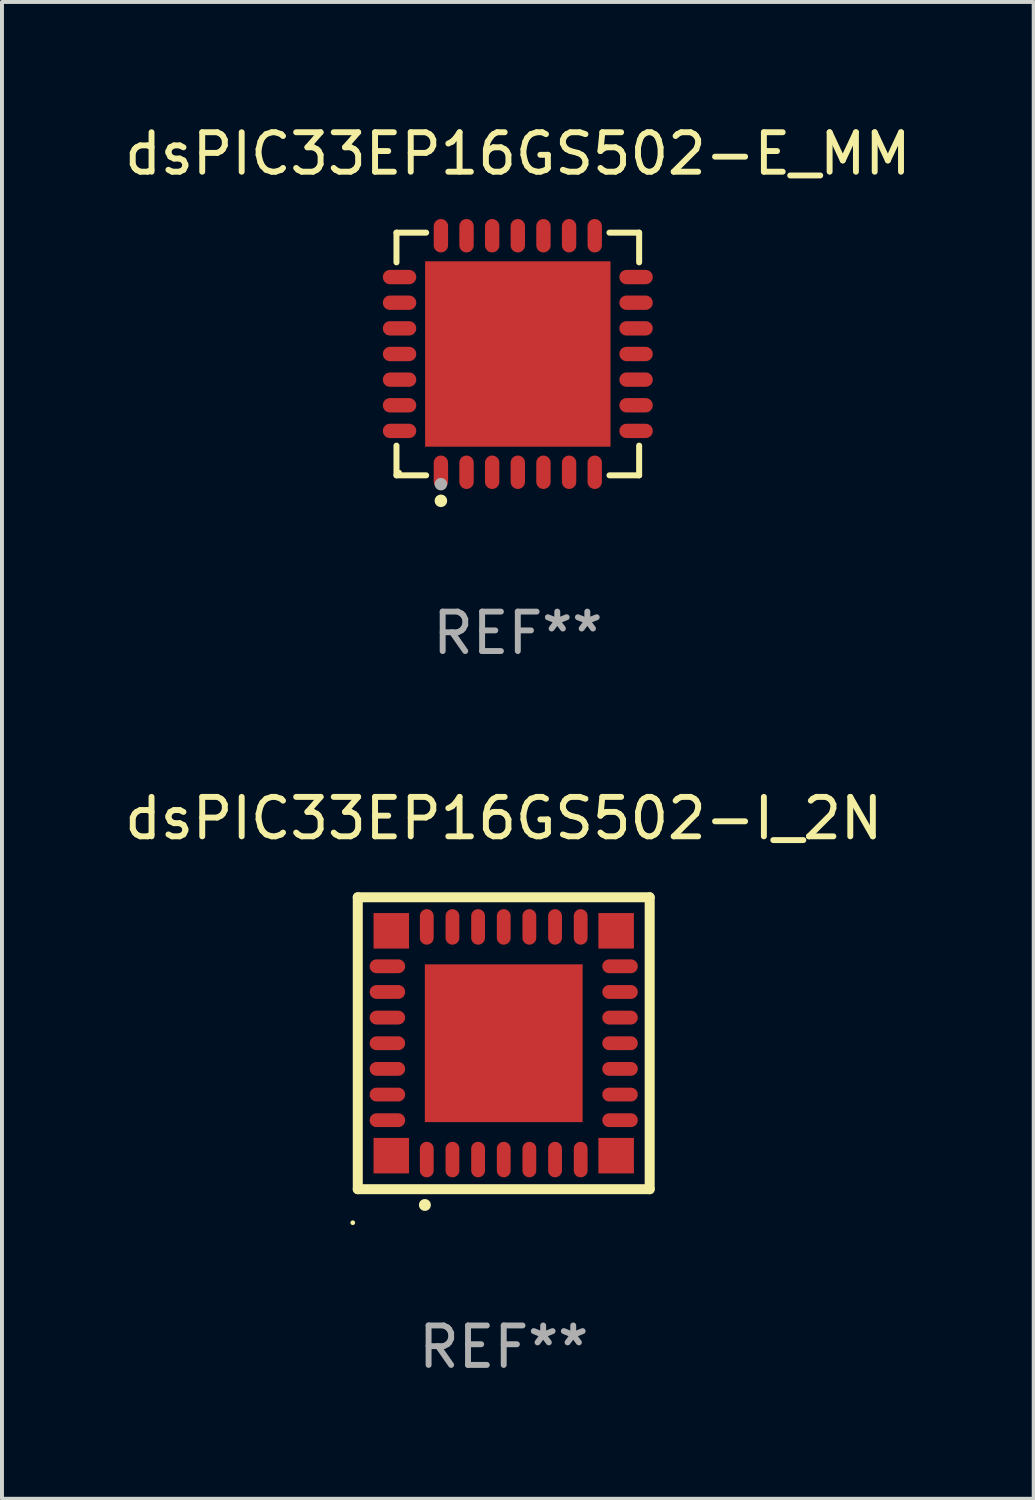
<source format=kicad_pcb>
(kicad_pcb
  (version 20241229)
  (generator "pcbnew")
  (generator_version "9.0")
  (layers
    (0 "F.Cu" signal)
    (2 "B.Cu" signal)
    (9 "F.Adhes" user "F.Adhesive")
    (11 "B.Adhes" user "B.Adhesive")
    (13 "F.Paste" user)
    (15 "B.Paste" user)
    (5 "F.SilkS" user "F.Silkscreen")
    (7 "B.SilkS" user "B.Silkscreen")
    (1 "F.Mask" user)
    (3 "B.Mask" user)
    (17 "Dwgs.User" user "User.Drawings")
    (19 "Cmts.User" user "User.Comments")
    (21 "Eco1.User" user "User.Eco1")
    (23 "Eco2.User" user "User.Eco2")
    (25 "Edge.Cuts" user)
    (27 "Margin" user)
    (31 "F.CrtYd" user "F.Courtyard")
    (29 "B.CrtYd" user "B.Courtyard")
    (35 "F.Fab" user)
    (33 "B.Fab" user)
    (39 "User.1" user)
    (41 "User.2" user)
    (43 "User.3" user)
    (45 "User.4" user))
  (footprint "dsPIC33EP16GS502-I_2N"
    (layer "F.Cu")
    (at 9.72 23.397)
    (property "Reference" "dsPIC33EP16GS502-I_2N" (at 0 -5.7 0) (layer "F.SilkS") (effects (font (size 1 1) (thickness 0.15))))
    (attr through_hole)
    (fp_line (start -3.7 -3.7) (end 3.7 -3.7) (stroke (width 0.254) (type solid)) (layer "F.SilkS"))
    (fp_line (start -3.7 3.7) (end -3.7 -3.7) (stroke (width 0.254) (type solid)) (layer "F.SilkS"))
    (fp_line (start 3.7 -3.7) (end 3.7 3.7) (stroke (width 0.254) (type solid)) (layer "F.SilkS"))
    (fp_line (start 3.7 3.7) (end -3.7 3.7) (stroke (width 0.254) (type solid)) (layer "F.SilkS"))
    (fp_arc (start -2 4.1) (mid -1.99873 4.099995) (end -1.99746 4.1) (stroke (width 0.3) (type solid)) (layer "F.SilkS"))
    (fp_circle (center -3.827 4.55) (end -3.797 4.55) (stroke (width 0.06) (type solid)) (fill no) (layer "F.SilkS"))
    (fp_text user "REF**" (at 0 7.7 0) (layer "F.Fab") (effects (font (size 1 1) (thickness 0.15))))
    (pad "1" smd oval (at -1.951 2.949 180) (size 0.35 0.9) (layers "F.Cu" "F.Mask" "F.Paste"))
    (pad "2" smd oval (at -1.3 2.949 180) (size 0.35 0.9) (layers "F.Cu" "F.Mask" "F.Paste"))
    (pad "3" smd oval (at -0.65 2.949 180) (size 0.35 0.9) (layers "F.Cu" "F.Mask" "F.Paste"))
    (pad "4" smd oval (at 0.000051 2.949 180) (size 0.35 0.9) (layers "F.Cu" "F.Mask" "F.Paste"))
    (pad "5" smd oval (at 0.65 2.949 180) (size 0.35 0.9) (layers "F.Cu" "F.Mask" "F.Paste"))
    (pad "6" smd oval (at 1.301 2.949 180) (size 0.35 0.9) (layers "F.Cu" "F.Mask" "F.Paste"))
    (pad "7" smd oval (at 1.951 2.949 180) (size 0.35 0.9) (layers "F.Cu" "F.Mask" "F.Paste"))
    (pad "8" smd oval (at 2.949 1.951 90) (size 0.35 0.9) (layers "F.Cu" "F.Mask" "F.Paste"))
    (pad "9" smd oval (at 2.949 1.301 90) (size 0.35 0.9) (layers "F.Cu" "F.Mask" "F.Paste"))
    (pad "10" smd oval (at 2.949 0.65 90) (size 0.35 0.9) (layers "F.Cu" "F.Mask" "F.Paste"))
    (pad "11" smd oval (at 2.949 0.000051 90) (size 0.35 0.9) (layers "F.Cu" "F.Mask" "F.Paste"))
    (pad "12" smd oval (at 2.949 -0.65 90) (size 0.35 0.9) (layers "F.Cu" "F.Mask" "F.Paste"))
    (pad "13" smd oval (at 2.949 -1.3 90) (size 0.35 0.9) (layers "F.Cu" "F.Mask" "F.Paste"))
    (pad "14" smd oval (at 2.949 -1.951 90) (size 0.35 0.9) (layers "F.Cu" "F.Mask" "F.Paste"))
    (pad "15" smd oval (at 1.951 -2.949 180) (size 0.35 0.9) (layers "F.Cu" "F.Mask" "F.Paste"))
    (pad "16" smd oval (at 1.301 -2.949 180) (size 0.35 0.9) (layers "F.Cu" "F.Mask" "F.Paste"))
    (pad "17" smd oval (at 0.65 -2.949 180) (size 0.35 0.9) (layers "F.Cu" "F.Mask" "F.Paste"))
    (pad "18" smd oval (at 0.000051 -2.949 180) (size 0.35 0.9) (layers "F.Cu" "F.Mask" "F.Paste"))
    (pad "19" smd oval (at -0.65 -2.949 180) (size 0.35 0.9) (layers "F.Cu" "F.Mask" "F.Paste"))
    (pad "20" smd oval (at -1.3 -2.949 180) (size 0.35 0.9) (layers "F.Cu" "F.Mask" "F.Paste"))
    (pad "21" smd oval (at -1.951 -2.949 180) (size 0.35 0.9) (layers "F.Cu" "F.Mask" "F.Paste"))
    (pad "22" smd oval (at -2.949 -1.951 90) (size 0.35 0.9) (layers "F.Cu" "F.Mask" "F.Paste"))
    (pad "23" smd oval (at -2.949 -1.3 90) (size 0.35 0.9) (layers "F.Cu" "F.Mask" "F.Paste"))
    (pad "24" smd oval (at -2.949 -0.65 90) (size 0.35 0.9) (layers "F.Cu" "F.Mask" "F.Paste"))
    (pad "25" smd oval (at -2.949 0.000051 90) (size 0.35 0.9) (layers "F.Cu" "F.Mask" "F.Paste"))
    (pad "26" smd oval (at -2.949 0.65 90) (size 0.35 0.9) (layers "F.Cu" "F.Mask" "F.Paste"))
    (pad "27" smd oval (at -2.949 1.301 90) (size 0.35 0.9) (layers "F.Cu" "F.Mask" "F.Paste"))
    (pad "28" smd oval (at -2.949 1.951 90) (size 0.35 0.9) (layers "F.Cu" "F.Mask" "F.Paste"))
    (pad "29" smd rect (at -2.85 -2.85 90) (size 0.9 0.9) (layers "F.Cu" "F.Mask" "F.Paste"))
    (pad "29" smd rect (at -2.85 2.85 90) (size 0.9 0.9) (layers "F.Cu" "F.Mask" "F.Paste"))
    (pad "29" smd rect (at 0.000051 0.000051 90) (size 4 4) (layers "F.Cu" "F.Mask" "F.Paste"))
    (pad "29" smd rect (at 2.85 -2.85 90) (size 0.9 0.9) (layers "F.Cu" "F.Mask" "F.Paste"))
    (pad "29" smd rect (at 2.85 2.85 90) (size 0.9 0.9) (layers "F.Cu" "F.Mask" "F.Paste")))
  (footprint "dsPIC33EP16GS502-E_MM"
    (layer "F.Cu")
    (at 10.077 5.924)
    (property "Reference" "dsPIC33EP16GS502-E_MM" (at 0 -5.076 0) (layer "F.SilkS") (effects (font (size 1 1) (thickness 0.15))))
    (attr through_hole)
    (fp_line (start -3.076 -3.076) (end -2.323 -3.076) (stroke (width 0.152) (type solid)) (layer "F.SilkS"))
    (fp_line (start -3.076 -2.323) (end -3.076 -3.076) (stroke (width 0.152) (type solid)) (layer "F.SilkS"))
    (fp_line (start -3.076 2.323) (end -3.076 3.076) (stroke (width 0.152) (type solid)) (layer "F.SilkS"))
    (fp_line (start -3.076 3.076) (end -2.323 3.076) (stroke (width 0.152) (type solid)) (layer "F.SilkS"))
    (fp_line (start 3.076 -3.076) (end 2.323 -3.076) (stroke (width 0.152) (type solid)) (layer "F.SilkS"))
    (fp_line (start 3.076 -2.323) (end 3.076 -3.076) (stroke (width 0.152) (type solid)) (layer "F.SilkS"))
    (fp_line (start 3.076 2.323) (end 3.076 3.076) (stroke (width 0.152) (type solid)) (layer "F.SilkS"))
    (fp_line (start 3.076 3.076) (end 2.323 3.076) (stroke (width 0.152) (type solid)) (layer "F.SilkS"))
    (fp_circle (center -3 3) (end -2.97 3) (stroke (width 0.06) (type solid)) (fill no) (layer "F.SilkS"))
    (fp_circle (center -1.95 3.722) (end -1.87 3.722) (stroke (width 0.16) (type solid)) (fill no) (layer "F.SilkS"))
    (fp_circle (center -1.95 3.3) (end -1.87 3.3) (stroke (width 0.16) (type solid)) (fill no) (layer "F.Fab"))
    (fp_text user "REF**" (at 0 7.076 0) (layer "F.Fab") (effects (font (size 1 1) (thickness 0.15))))
    (pad "1" smd oval (at -1.95 2.998) (size 0.364 0.847) (layers "F.Cu" "F.Mask" "F.Paste"))
    (pad "2" smd oval (at -1.3 2.998) (size 0.364 0.847) (layers "F.Cu" "F.Mask" "F.Paste"))
    (pad "3" smd oval (at -0.65 2.998) (size 0.364 0.847) (layers "F.Cu" "F.Mask" "F.Paste"))
    (pad "4" smd oval (at 0 2.998) (size 0.364 0.847) (layers "F.Cu" "F.Mask" "F.Paste"))
    (pad "5" smd oval (at 0.65 2.998) (size 0.364 0.847) (layers "F.Cu" "F.Mask" "F.Paste"))
    (pad "6" smd oval (at 1.3 2.998) (size 0.364 0.847) (layers "F.Cu" "F.Mask" "F.Paste"))
    (pad "7" smd oval (at 1.95 2.998) (size 0.364 0.847) (layers "F.Cu" "F.Mask" "F.Paste"))
    (pad "8" smd oval (at 2.998 1.95) (size 0.847 0.364) (layers "F.Cu" "F.Mask" "F.Paste"))
    (pad "9" smd oval (at 2.998 1.3) (size 0.847 0.364) (layers "F.Cu" "F.Mask" "F.Paste"))
    (pad "10" smd oval (at 2.998 0.65) (size 0.847 0.364) (layers "F.Cu" "F.Mask" "F.Paste"))
    (pad "11" smd oval (at 2.998 0) (size 0.847 0.364) (layers "F.Cu" "F.Mask" "F.Paste"))
    (pad "12" smd oval (at 2.998 -0.65) (size 0.847 0.364) (layers "F.Cu" "F.Mask" "F.Paste"))
    (pad "13" smd oval (at 2.998 -1.3) (size 0.847 0.364) (layers "F.Cu" "F.Mask" "F.Paste"))
    (pad "14" smd oval (at 2.998 -1.95) (size 0.847 0.364) (layers "F.Cu" "F.Mask" "F.Paste"))
    (pad "15" smd oval (at 1.95 -2.998) (size 0.364 0.847) (layers "F.Cu" "F.Mask" "F.Paste"))
    (pad "16" smd oval (at 1.3 -2.998) (size 0.364 0.847) (layers "F.Cu" "F.Mask" "F.Paste"))
    (pad "17" smd oval (at 0.65 -2.998) (size 0.364 0.847) (layers "F.Cu" "F.Mask" "F.Paste"))
    (pad "18" smd oval (at 0 -2.998) (size 0.364 0.847) (layers "F.Cu" "F.Mask" "F.Paste"))
    (pad "19" smd oval (at -0.65 -2.998) (size 0.364 0.847) (layers "F.Cu" "F.Mask" "F.Paste"))
    (pad "20" smd oval (at -1.3 -2.998) (size 0.364 0.847) (layers "F.Cu" "F.Mask" "F.Paste"))
    (pad "21" smd oval (at -1.95 -2.998) (size 0.364 0.847) (layers "F.Cu" "F.Mask" "F.Paste"))
    (pad "22" smd oval (at -2.998 -1.95) (size 0.847 0.364) (layers "F.Cu" "F.Mask" "F.Paste"))
    (pad "23" smd oval (at -2.998 -1.3) (size 0.847 0.364) (layers "F.Cu" "F.Mask" "F.Paste"))
    (pad "24" smd oval (at -2.998 -0.65) (size 0.847 0.364) (layers "F.Cu" "F.Mask" "F.Paste"))
    (pad "25" smd oval (at -2.998 0) (size 0.847 0.364) (layers "F.Cu" "F.Mask" "F.Paste"))
    (pad "26" smd oval (at -2.998 0.65) (size 0.847 0.364) (layers "F.Cu" "F.Mask" "F.Paste"))
    (pad "27" smd oval (at -2.998 1.3) (size 0.847 0.364) (layers "F.Cu" "F.Mask" "F.Paste"))
    (pad "28" smd oval (at -2.998 1.95) (size 0.847 0.364) (layers "F.Cu" "F.Mask" "F.Paste"))
    (pad "29" smd rect (at 0 0) (size 4.7 4.7) (layers "F.Cu" "F.Mask" "F.Paste")))
  (gr_rect
    (start -3 -3)
    (end 23.155 34.945)
    (stroke (width 0.1) (type default))
    (fill no)
    (layer "Edge.Cuts")))
</source>
